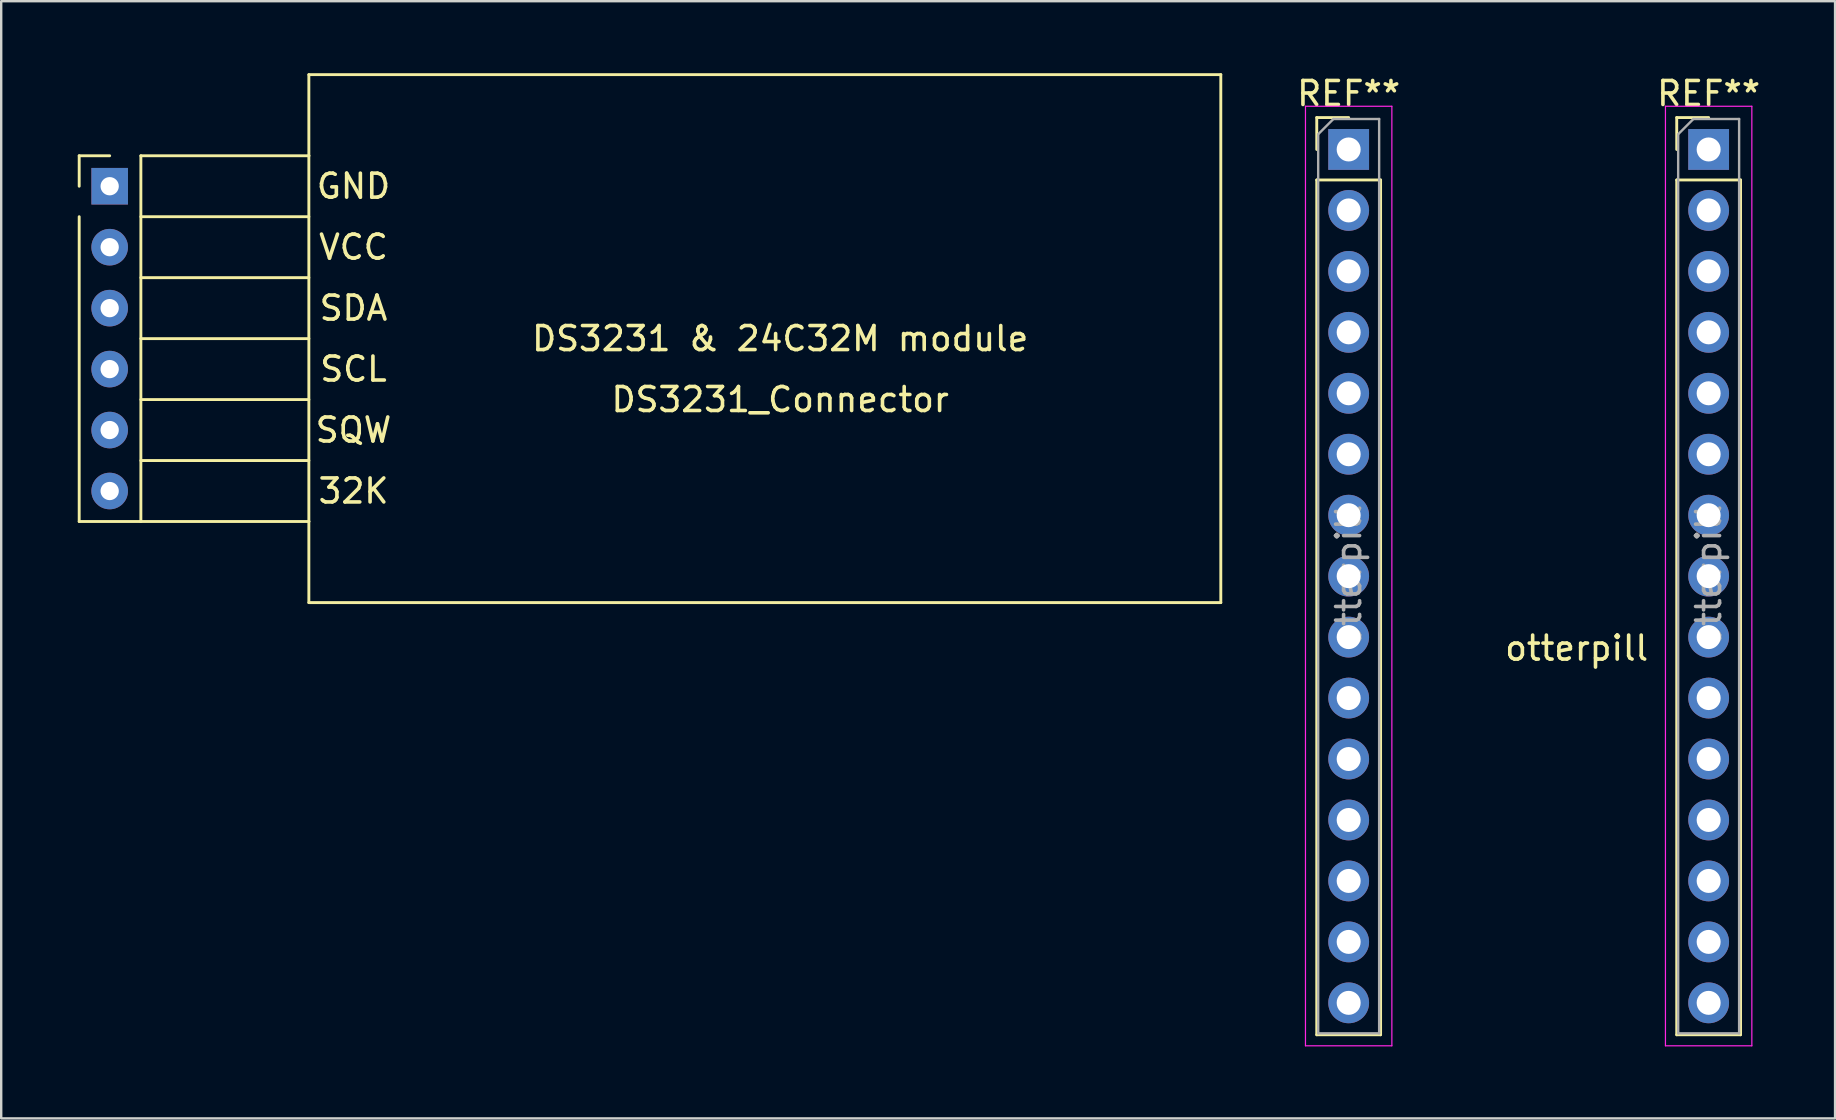
<source format=kicad_pcb>
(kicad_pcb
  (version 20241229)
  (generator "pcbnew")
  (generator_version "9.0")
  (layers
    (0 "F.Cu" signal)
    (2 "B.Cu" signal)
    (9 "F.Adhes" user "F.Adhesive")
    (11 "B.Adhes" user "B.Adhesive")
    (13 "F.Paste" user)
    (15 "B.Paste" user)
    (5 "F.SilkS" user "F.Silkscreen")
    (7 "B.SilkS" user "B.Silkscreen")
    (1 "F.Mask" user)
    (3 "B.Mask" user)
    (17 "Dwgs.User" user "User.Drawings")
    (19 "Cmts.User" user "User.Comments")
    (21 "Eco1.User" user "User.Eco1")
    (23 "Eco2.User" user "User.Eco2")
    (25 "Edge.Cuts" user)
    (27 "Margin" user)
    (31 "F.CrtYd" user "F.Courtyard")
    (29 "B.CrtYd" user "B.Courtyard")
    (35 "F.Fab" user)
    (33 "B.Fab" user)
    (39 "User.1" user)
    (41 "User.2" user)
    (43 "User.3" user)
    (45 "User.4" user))
  (footprint "DS3231_Connector"
    (layer "F.Cu")
    (at 0.25 14.87)
    (property "Reference" "DS3231_Connector" (at 29.21 -1.27 180) (layer "F.SilkS") (effects (font (size 1 1) (thickness 0.15))))
    (attr through_hole)
    (fp_line (start 0 -11.43) (end 1.27 -11.43) (stroke (width 0.12) (type solid)) (layer "F.SilkS"))
    (fp_line (start 0 -10.16) (end 0 -11.43) (stroke (width 0.12) (type solid)) (layer "F.SilkS"))
    (fp_line (start 0 -8.89) (end 0 3.81) (stroke (width 0.12) (type solid)) (layer "F.SilkS"))
    (fp_line (start 0 3.81) (end 2.54 3.81) (stroke (width 0.12) (type solid)) (layer "F.SilkS"))
    (fp_line (start 2.57 -11.43) (end 2.57 3.81) (stroke (width 0.12) (type solid)) (layer "F.SilkS"))
    (fp_line (start 2.57 -3.81) (end 9.57 -3.81) (stroke (width 0.12) (type solid)) (layer "F.SilkS"))
    (fp_line (start 2.57 -1.27) (end 9.57 -1.27) (stroke (width 0.12) (type solid)) (layer "F.SilkS"))
    (fp_line (start 2.57 1.27) (end 9.57 1.27) (stroke (width 0.12) (type solid)) (layer "F.SilkS"))
    (fp_line (start 2.57 3.81) (end 9.57 3.81) (stroke (width 0.12) (type solid)) (layer "F.SilkS"))
    (fp_line (start 9.57 -14.81) (end 9.57 -11.43) (stroke (width 0.12) (type solid)) (layer "F.SilkS"))
    (fp_line (start 9.57 -14.81) (end 47.57 -14.81) (stroke (width 0.12) (type solid)) (layer "F.SilkS"))
    (fp_line (start 9.57 -11.43) (end 2.57 -11.43) (stroke (width 0.12) (type solid)) (layer "F.SilkS"))
    (fp_line (start 9.57 -8.89) (end 2.57 -8.89) (stroke (width 0.12) (type solid)) (layer "F.SilkS"))
    (fp_line (start 9.57 -6.35) (end 2.57 -6.35) (stroke (width 0.12) (type solid)) (layer "F.SilkS"))
    (fp_line (start 9.57 3.81) (end 9.57 -11.43) (stroke (width 0.12) (type solid)) (layer "F.SilkS"))
    (fp_line (start 9.57 3.81) (end 9.57 7.19) (stroke (width 0.12) (type solid)) (layer "F.SilkS"))
    (fp_line (start 47.57 -14.81) (end 47.57 7.19) (stroke (width 0.12) (type solid)) (layer "F.SilkS"))
    (fp_line (start 47.57 7.19) (end 9.57 7.19) (stroke (width 0.12) (type solid)) (layer "F.SilkS"))
    (fp_text user "SQW" (at 11.43 0 0) (layer "F.SilkS") (effects (font (size 1 1) (thickness 0.15))))
    (fp_text user "32K" (at 11.43 2.54 0) (layer "F.SilkS") (effects (font (size 1 1) (thickness 0.15))))
    (fp_text user "DS3231 & 24C32M module" (at 29.21 -3.81 0) (layer "F.SilkS") (effects (font (size 1 1) (thickness 0.15))))
    (fp_text user "SDA" (at 11.43 -5.08 0) (layer "F.SilkS") (effects (font (size 1 1) (thickness 0.15))))
    (fp_text user "VCC" (at 11.43 -7.62 0) (layer "F.SilkS") (effects (font (size 1 1) (thickness 0.15))))
    (fp_text user "SCL" (at 11.43 -2.54 0) (layer "F.SilkS") (effects (font (size 1 1) (thickness 0.15))))
    (fp_text user "GND" (at 11.43 -10.16 0) (layer "F.SilkS") (effects (font (size 1 1) (thickness 0.15))))
    (pad "1" thru_hole rect (at 1.27 -10.16) (size 1.524 1.524) (drill 0.762) (layers "*.Cu" "*.Mask"))
    (pad "2" thru_hole circle (at 1.27 -7.62) (size 1.524 1.524) (drill 0.762) (layers "*.Cu" "*.Mask"))
    (pad "3" thru_hole circle (at 1.27 -5.08) (size 1.524 1.524) (drill 0.762) (layers "*.Cu" "*.Mask"))
    (pad "4" thru_hole circle (at 1.27 -2.54) (size 1.524 1.524) (drill 0.762) (layers "*.Cu" "*.Mask"))
    (pad "5" thru_hole circle (at 1.27 0) (size 1.524 1.524) (drill 0.762) (layers "*.Cu" "*.Mask"))
    (pad "6" thru_hole circle (at 1.27 2.54) (size 1.524 1.524) (drill 0.762) (layers "*.Cu" "*.Mask")))
  (footprint "otterpill"
    (layer "F.Cu")
    (at 60.148 20.958)
    (property "Reference" "otterpill" (at 2.5 3 0) (layer "F.SilkS") (effects (font (size 1 1) (thickness 0.15))))
    (attr through_hole)
    (fp_line (start -8.33 -19.11) (end -7 -19.11) (stroke (width 0.12) (type solid)) (layer "F.SilkS"))
    (fp_line (start -8.33 -17.78) (end -8.33 -19.11) (stroke (width 0.12) (type solid)) (layer "F.SilkS"))
    (fp_line (start -8.33 -16.51) (end -8.33 19.11) (stroke (width 0.12) (type solid)) (layer "F.SilkS"))
    (fp_line (start -8.33 -16.51) (end -5.67 -16.51) (stroke (width 0.12) (type solid)) (layer "F.SilkS"))
    (fp_line (start -8.33 19.11) (end -5.67 19.11) (stroke (width 0.12) (type solid)) (layer "F.SilkS"))
    (fp_line (start -5.67 -16.51) (end -5.67 19.11) (stroke (width 0.12) (type solid)) (layer "F.SilkS"))
    (fp_line (start 6.67 -19.11) (end 8 -19.11) (stroke (width 0.12) (type solid)) (layer "F.SilkS"))
    (fp_line (start 6.67 -17.78) (end 6.67 -19.11) (stroke (width 0.12) (type solid)) (layer "F.SilkS"))
    (fp_line (start 6.67 -16.51) (end 6.67 19.11) (stroke (width 0.12) (type solid)) (layer "F.SilkS"))
    (fp_line (start 6.67 -16.51) (end 9.33 -16.51) (stroke (width 0.12) (type solid)) (layer "F.SilkS"))
    (fp_line (start 6.67 19.11) (end 9.33 19.11) (stroke (width 0.12) (type solid)) (layer "F.SilkS"))
    (fp_line (start 9.33 -16.51) (end 9.33 19.11) (stroke (width 0.12) (type solid)) (layer "F.SilkS"))
    (fp_line (start -8.8 -19.58) (end -8.8 19.57) (stroke (width 0.05) (type solid)) (layer "F.CrtYd"))
    (fp_line (start -8.8 19.57) (end -5.2 19.57) (stroke (width 0.05) (type solid)) (layer "F.CrtYd"))
    (fp_line (start -5.2 -19.58) (end -8.8 -19.58) (stroke (width 0.05) (type solid)) (layer "F.CrtYd"))
    (fp_line (start -5.2 19.57) (end -5.2 -19.58) (stroke (width 0.05) (type solid)) (layer "F.CrtYd"))
    (fp_line (start 6.2 -19.58) (end 6.2 19.57) (stroke (width 0.05) (type solid)) (layer "F.CrtYd"))
    (fp_line (start 6.2 19.57) (end 9.8 19.57) (stroke (width 0.05) (type solid)) (layer "F.CrtYd"))
    (fp_line (start 9.8 -19.58) (end 6.2 -19.58) (stroke (width 0.05) (type solid)) (layer "F.CrtYd"))
    (fp_line (start 9.8 19.57) (end 9.8 -19.58) (stroke (width 0.05) (type solid)) (layer "F.CrtYd"))
    (fp_line (start -8.27 -18.415) (end -7.635 -19.05) (stroke (width 0.1) (type solid)) (layer "F.Fab"))
    (fp_line (start -8.27 19.05) (end -8.27 -18.415) (stroke (width 0.1) (type solid)) (layer "F.Fab"))
    (fp_line (start -7.635 -19.05) (end -5.73 -19.05) (stroke (width 0.1) (type solid)) (layer "F.Fab"))
    (fp_line (start -5.73 -19.05) (end -5.73 19.05) (stroke (width 0.1) (type solid)) (layer "F.Fab"))
    (fp_line (start -5.73 19.05) (end -8.27 19.05) (stroke (width 0.1) (type solid)) (layer "F.Fab"))
    (fp_line (start 6.73 -18.415) (end 7.365 -19.05) (stroke (width 0.1) (type solid)) (layer "F.Fab"))
    (fp_line (start 6.73 19.05) (end 6.73 -18.415) (stroke (width 0.1) (type solid)) (layer "F.Fab"))
    (fp_line (start 7.365 -19.05) (end 9.27 -19.05) (stroke (width 0.1) (type solid)) (layer "F.Fab"))
    (fp_line (start 9.27 -19.05) (end 9.27 19.05) (stroke (width 0.1) (type solid)) (layer "F.Fab"))
    (fp_line (start 9.27 19.05) (end 6.73 19.05) (stroke (width 0.1) (type solid)) (layer "F.Fab"))
    (fp_text user "REF**" (at -7 -20.11 0) (layer "F.SilkS") (effects (font (size 1 1) (thickness 0.15))))
    (fp_text user "REF**" (at 8 -20.11 0) (layer "F.SilkS") (effects (font (size 1 1) (thickness 0.15))))
    (fp_text user "${REFERENCE}" (at -7 0 90) (layer "F.Fab") (effects (font (size 1 1) (thickness 0.15))))
    (fp_text user "${REFERENCE}" (at 8 0 90) (layer "F.Fab") (effects (font (size 1 1) (thickness 0.15))))
    (pad "1" thru_hole rect (at -7 -17.78) (size 1.7 1.7) (drill 1) (layers "*.Cu" "*.Mask"))
    (pad "2" thru_hole oval (at -7 -15.24) (size 1.7 1.7) (drill 1) (layers "*.Cu" "*.Mask"))
    (pad "3" thru_hole oval (at -7 -12.7) (size 1.7 1.7) (drill 1) (layers "*.Cu" "*.Mask"))
    (pad "4" thru_hole oval (at -7 -10.16) (size 1.7 1.7) (drill 1) (layers "*.Cu" "*.Mask"))
    (pad "5" thru_hole oval (at -7 -7.62) (size 1.7 1.7) (drill 1) (layers "*.Cu" "*.Mask"))
    (pad "6" thru_hole oval (at -7 -5.08) (size 1.7 1.7) (drill 1) (layers "*.Cu" "*.Mask"))
    (pad "7" thru_hole oval (at -7 -2.54) (size 1.7 1.7) (drill 1) (layers "*.Cu" "*.Mask"))
    (pad "8" thru_hole oval (at -7 0) (size 1.7 1.7) (drill 1) (layers "*.Cu" "*.Mask"))
    (pad "9" thru_hole oval (at -7 2.54) (size 1.7 1.7) (drill 1) (layers "*.Cu" "*.Mask"))
    (pad "10" thru_hole oval (at -7 5.08) (size 1.7 1.7) (drill 1) (layers "*.Cu" "*.Mask"))
    (pad "11" thru_hole oval (at -7 7.62) (size 1.7 1.7) (drill 1) (layers "*.Cu" "*.Mask"))
    (pad "12" thru_hole oval (at -7 10.16) (size 1.7 1.7) (drill 1) (layers "*.Cu" "*.Mask"))
    (pad "13" thru_hole oval (at -7 12.7) (size 1.7 1.7) (drill 1) (layers "*.Cu" "*.Mask"))
    (pad "14" thru_hole oval (at -7 15.24) (size 1.7 1.7) (drill 1) (layers "*.Cu" "*.Mask"))
    (pad "15" thru_hole oval (at -7 17.78) (size 1.7 1.7) (drill 1) (layers "*.Cu" "*.Mask"))
    (pad "20" thru_hole oval (at 8 17.78) (size 1.7 1.7) (drill 1) (layers "*.Cu" "*.Mask"))
    (pad "21" thru_hole oval (at 8 15.24) (size 1.7 1.7) (drill 1) (layers "*.Cu" "*.Mask"))
    (pad "22" thru_hole oval (at 8 12.7) (size 1.7 1.7) (drill 1) (layers "*.Cu" "*.Mask"))
    (pad "23" thru_hole oval (at 8 10.16) (size 1.7 1.7) (drill 1) (layers "*.Cu" "*.Mask"))
    (pad "24" thru_hole oval (at 8 7.62) (size 1.7 1.7) (drill 1) (layers "*.Cu" "*.Mask"))
    (pad "25" thru_hole oval (at 8 5.08) (size 1.7 1.7) (drill 1) (layers "*.Cu" "*.Mask"))
    (pad "26" thru_hole oval (at 8 2.54) (size 1.7 1.7) (drill 1) (layers "*.Cu" "*.Mask"))
    (pad "27" thru_hole oval (at 8 0) (size 1.7 1.7) (drill 1) (layers "*.Cu" "*.Mask"))
    (pad "28" thru_hole oval (at 8 -2.54) (size 1.7 1.7) (drill 1) (layers "*.Cu" "*.Mask"))
    (pad "29" thru_hole oval (at 8 -5.08) (size 1.7 1.7) (drill 1) (layers "*.Cu" "*.Mask"))
    (pad "30" thru_hole oval (at 8 -7.62) (size 1.7 1.7) (drill 1) (layers "*.Cu" "*.Mask"))
    (pad "31" thru_hole oval (at 8 -10.16) (size 1.7 1.7) (drill 1) (layers "*.Cu" "*.Mask"))
    (pad "32" thru_hole oval (at 8 -12.7) (size 1.7 1.7) (drill 1) (layers "*.Cu" "*.Mask"))
    (pad "33" thru_hole oval (at 8 -15.24) (size 1.7 1.7) (drill 1) (layers "*.Cu" "*.Mask"))
    (pad "34" thru_hole rect (at 8 -17.78) (size 1.7 1.7) (drill 1) (layers "*.Cu" "*.Mask")))
  (gr_rect
    (start -3 -3)
    (end 73.416 43.553)
    (stroke (width 0.1) (type default))
    (fill no)
    (layer "Edge.Cuts")))
</source>
